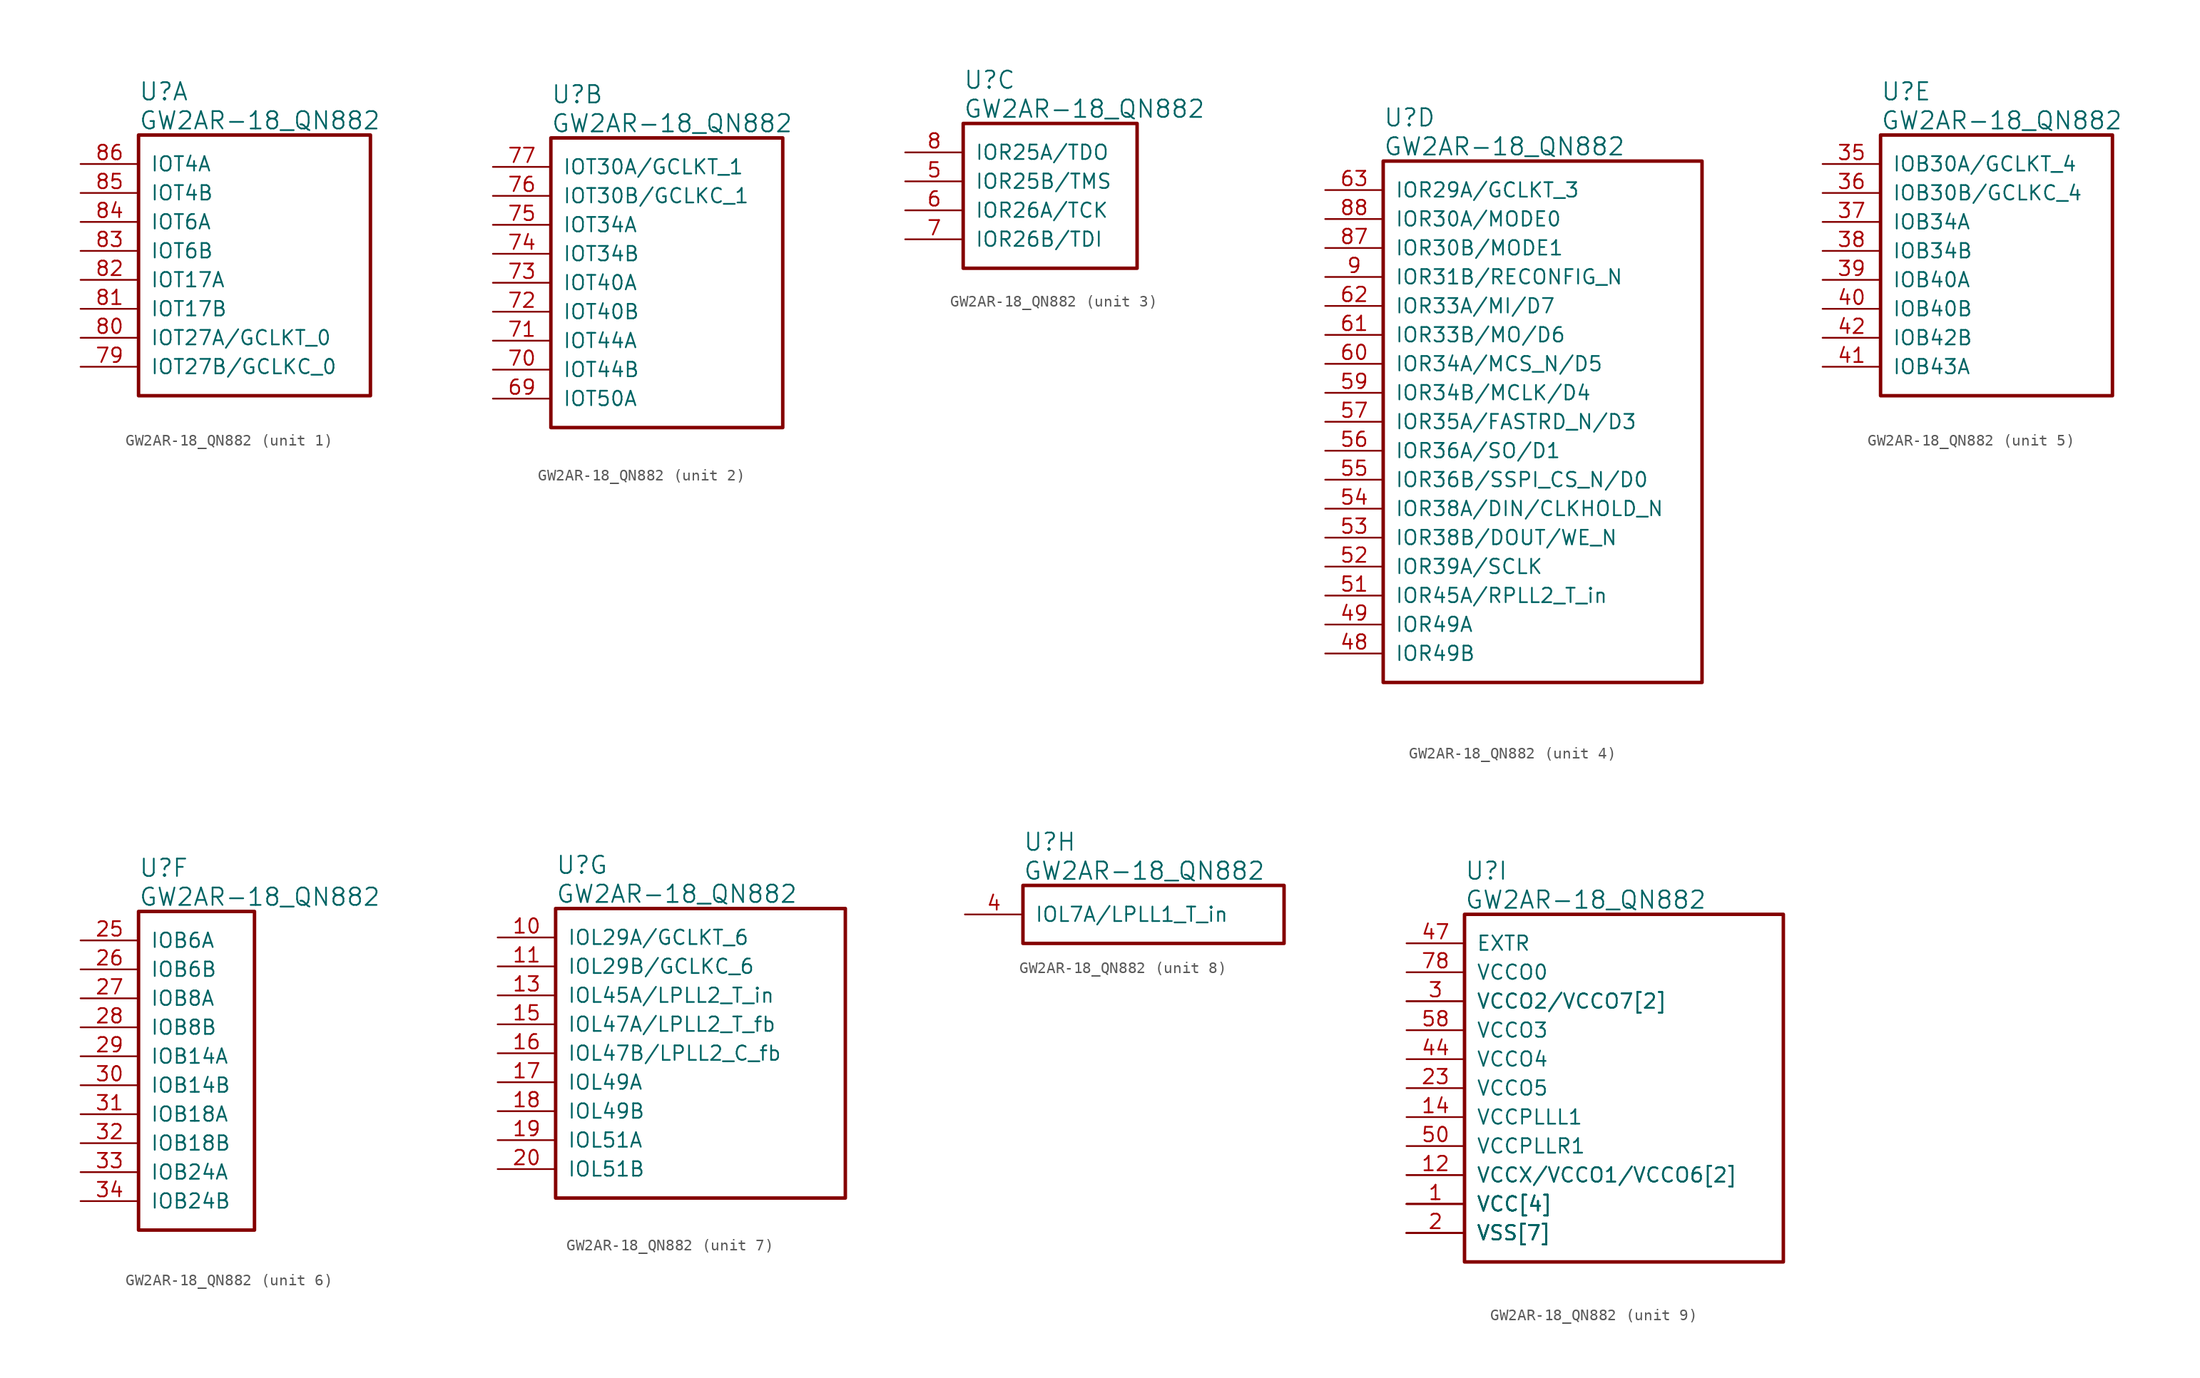
<source format=kicad_sym>
(kicad_symbol_lib
  (version 20241209)
  (generator "kicad_symbol_editor")
  (generator_version "9.0")
  (symbol "GW2AR-18_QN882"
    (pin_names
      (offset 1.016))
    (property "Reference" "U"
      (at 5.08 6.35 0)
      (effects (font (size 1.524 1.524)) (justify left)))
    (property "Value" "GW2AR-18_QN882"
      (at 5.08 3.81 0)
      (effects (font (size 1.524 1.524)) (justify left)))
    (property "ki_locked" ""
      (at 0 0 0)
      (effects (font (size 1.27 1.27))))
    (symbol "GW2AR-18_QN882_1_1"
      (rectangle (start 5.08 2.54) (end 25.4 -20.32) (stroke (width 0.305) (type solid)) (fill (type none)))
      (pin bidirectional line (at 0 0 0) (length 5.08) (name "IOT4A" (effects (font (size 1.27 1.27)))) (number "86" (effects (font (size 1.27 1.27)))))
      (pin bidirectional line (at 0 -2.54 0) (length 5.08) (name "IOT4B" (effects (font (size 1.27 1.27)))) (number "85" (effects (font (size 1.27 1.27)))))
      (pin bidirectional line (at 0 -5.08 0) (length 5.08) (name "IOT6A" (effects (font (size 1.27 1.27)))) (number "84" (effects (font (size 1.27 1.27)))))
      (pin bidirectional line (at 0 -7.62 0) (length 5.08) (name "IOT6B" (effects (font (size 1.27 1.27)))) (number "83" (effects (font (size 1.27 1.27)))))
      (pin bidirectional line (at 0 -10.16 0) (length 5.08) (name "IOT17A" (effects (font (size 1.27 1.27)))) (number "82" (effects (font (size 1.27 1.27)))))
      (pin bidirectional line (at 0 -12.7 0) (length 5.08) (name "IOT17B" (effects (font (size 1.27 1.27)))) (number "81" (effects (font (size 1.27 1.27)))))
      (pin bidirectional line (at 0 -15.24 0) (length 5.08) (name "IOT27A/GCLKT_0" (effects (font (size 1.27 1.27)))) (number "80" (effects (font (size 1.27 1.27)))))
      (pin bidirectional line (at 0 -17.78 0) (length 5.08) (name "IOT27B/GCLKC_0" (effects (font (size 1.27 1.27)))) (number "79" (effects (font (size 1.27 1.27))))))
    (symbol "GW2AR-18_QN882_2_1"
      (rectangle (start 5.08 2.54) (end 25.4 -22.86) (stroke (width 0.305) (type solid)) (fill (type none)))
      (pin bidirectional line (at 0 0 0) (length 5.08) (name "IOT30A/GCLKT_1" (effects (font (size 1.27 1.27)))) (number "77" (effects (font (size 1.27 1.27)))))
      (pin bidirectional line (at 0 -2.54 0) (length 5.08) (name "IOT30B/GCLKC_1" (effects (font (size 1.27 1.27)))) (number "76" (effects (font (size 1.27 1.27)))))
      (pin bidirectional line (at 0 -5.08 0) (length 5.08) (name "IOT34A" (effects (font (size 1.27 1.27)))) (number "75" (effects (font (size 1.27 1.27)))))
      (pin bidirectional line (at 0 -7.62 0) (length 5.08) (name "IOT34B" (effects (font (size 1.27 1.27)))) (number "74" (effects (font (size 1.27 1.27)))))
      (pin bidirectional line (at 0 -10.16 0) (length 5.08) (name "IOT40A" (effects (font (size 1.27 1.27)))) (number "73" (effects (font (size 1.27 1.27)))))
      (pin bidirectional line (at 0 -12.7 0) (length 5.08) (name "IOT40B" (effects (font (size 1.27 1.27)))) (number "72" (effects (font (size 1.27 1.27)))))
      (pin bidirectional line (at 0 -15.24 0) (length 5.08) (name "IOT44A" (effects (font (size 1.27 1.27)))) (number "71" (effects (font (size 1.27 1.27)))))
      (pin bidirectional line (at 0 -17.78 0) (length 5.08) (name "IOT44B" (effects (font (size 1.27 1.27)))) (number "70" (effects (font (size 1.27 1.27)))))
      (pin bidirectional line (at 0 -20.32 0) (length 5.08) (name "IOT50A" (effects (font (size 1.27 1.27)))) (number "69" (effects (font (size 1.27 1.27))))))
    (symbol "GW2AR-18_QN882_3_1"
      (rectangle (start 5.08 2.54) (end 20.32 -10.16) (stroke (width 0.305) (type solid)) (fill (type none)))
      (pin bidirectional line (at 0 0 0) (length 5.08) (name "IOR25A/TDO" (effects (font (size 1.27 1.27)))) (number "8" (effects (font (size 1.27 1.27)))))
      (pin bidirectional line (at 0 -2.54 0) (length 5.08) (name "IOR25B/TMS" (effects (font (size 1.27 1.27)))) (number "5" (effects (font (size 1.27 1.27)))))
      (pin bidirectional line (at 0 -5.08 0) (length 5.08) (name "IOR26A/TCK" (effects (font (size 1.27 1.27)))) (number "6" (effects (font (size 1.27 1.27)))))
      (pin bidirectional line (at 0 -7.62 0) (length 5.08) (name "IOR26B/TDI" (effects (font (size 1.27 1.27)))) (number "7" (effects (font (size 1.27 1.27))))))
    (symbol "GW2AR-18_QN882_4_1"
      (rectangle (start 5.08 2.54) (end 33.02 -43.18) (stroke (width 0.305) (type solid)) (fill (type none)))
      (pin bidirectional line (at 0 0 0) (length 5.08) (name "IOR29A/GCLKT_3" (effects (font (size 1.27 1.27)))) (number "63" (effects (font (size 1.27 1.27)))))
      (pin bidirectional line (at 0 -2.54 0) (length 5.08) (name "IOR30A/MODE0" (effects (font (size 1.27 1.27)))) (number "88" (effects (font (size 1.27 1.27)))))
      (pin bidirectional line (at 0 -5.08 0) (length 5.08) (name "IOR30B/MODE1" (effects (font (size 1.27 1.27)))) (number "87" (effects (font (size 1.27 1.27)))))
      (pin bidirectional line (at 0 -7.62 0) (length 5.08) (name "IOR31B/RECONFIG_N" (effects (font (size 1.27 1.27)))) (number "9" (effects (font (size 1.27 1.27)))))
      (pin bidirectional line (at 0 -10.16 0) (length 5.08) (name "IOR33A/MI/D7" (effects (font (size 1.27 1.27)))) (number "62" (effects (font (size 1.27 1.27)))))
      (pin bidirectional line (at 0 -12.7 0) (length 5.08) (name "IOR33B/MO/D6" (effects (font (size 1.27 1.27)))) (number "61" (effects (font (size 1.27 1.27)))))
      (pin bidirectional line (at 0 -15.24 0) (length 5.08) (name "IOR34A/MCS_N/D5" (effects (font (size 1.27 1.27)))) (number "60" (effects (font (size 1.27 1.27)))))
      (pin bidirectional line (at 0 -17.78 0) (length 5.08) (name "IOR34B/MCLK/D4" (effects (font (size 1.27 1.27)))) (number "59" (effects (font (size 1.27 1.27)))))
      (pin bidirectional line (at 0 -20.32 0) (length 5.08) (name "IOR35A/FASTRD_N/D3" (effects (font (size 1.27 1.27)))) (number "57" (effects (font (size 1.27 1.27)))))
      (pin bidirectional line (at 0 -22.86 0) (length 5.08) (name "IOR36A/SO/D1" (effects (font (size 1.27 1.27)))) (number "56" (effects (font (size 1.27 1.27)))))
      (pin bidirectional line (at 0 -25.4 0) (length 5.08) (name "IOR36B/SSPI_CS_N/D0" (effects (font (size 1.27 1.27)))) (number "55" (effects (font (size 1.27 1.27)))))
      (pin bidirectional line (at 0 -27.94 0) (length 5.08) (name "IOR38A/DIN/CLKHOLD_N" (effects (font (size 1.27 1.27)))) (number "54" (effects (font (size 1.27 1.27)))))
      (pin bidirectional line (at 0 -30.48 0) (length 5.08) (name "IOR38B/DOUT/WE_N" (effects (font (size 1.27 1.27)))) (number "53" (effects (font (size 1.27 1.27)))))
      (pin bidirectional line (at 0 -33.02 0) (length 5.08) (name "IOR39A/SCLK" (effects (font (size 1.27 1.27)))) (number "52" (effects (font (size 1.27 1.27)))))
      (pin bidirectional line (at 0 -35.56 0) (length 5.08) (name "IOR45A/RPLL2_T_in" (effects (font (size 1.27 1.27)))) (number "51" (effects (font (size 1.27 1.27)))))
      (pin bidirectional line (at 0 -38.1 0) (length 5.08) (name "IOR49A" (effects (font (size 1.27 1.27)))) (number "49" (effects (font (size 1.27 1.27)))))
      (pin bidirectional line (at 0 -40.64 0) (length 5.08) (name "IOR49B" (effects (font (size 1.27 1.27)))) (number "48" (effects (font (size 1.27 1.27))))))
    (symbol "GW2AR-18_QN882_5_1"
      (rectangle (start 5.08 2.54) (end 25.4 -20.32) (stroke (width 0.305) (type solid)) (fill (type none)))
      (pin bidirectional line (at 0 0 0) (length 5.08) (name "IOB30A/GCLKT_4" (effects (font (size 1.27 1.27)))) (number "35" (effects (font (size 1.27 1.27)))))
      (pin bidirectional line (at 0 -2.54 0) (length 5.08) (name "IOB30B/GCLKC_4" (effects (font (size 1.27 1.27)))) (number "36" (effects (font (size 1.27 1.27)))))
      (pin bidirectional line (at 0 -5.08 0) (length 5.08) (name "IOB34A" (effects (font (size 1.27 1.27)))) (number "37" (effects (font (size 1.27 1.27)))))
      (pin bidirectional line (at 0 -7.62 0) (length 5.08) (name "IOB34B" (effects (font (size 1.27 1.27)))) (number "38" (effects (font (size 1.27 1.27)))))
      (pin bidirectional line (at 0 -10.16 0) (length 5.08) (name "IOB40A" (effects (font (size 1.27 1.27)))) (number "39" (effects (font (size 1.27 1.27)))))
      (pin bidirectional line (at 0 -12.7 0) (length 5.08) (name "IOB40B" (effects (font (size 1.27 1.27)))) (number "40" (effects (font (size 1.27 1.27)))))
      (pin bidirectional line (at 0 -15.24 0) (length 5.08) (name "IOB42B" (effects (font (size 1.27 1.27)))) (number "42" (effects (font (size 1.27 1.27)))))
      (pin bidirectional line (at 0 -17.78 0) (length 5.08) (name "IOB43A" (effects (font (size 1.27 1.27)))) (number "41" (effects (font (size 1.27 1.27))))))
    (symbol "GW2AR-18_QN882_6_1"
      (rectangle (start 5.08 2.54) (end 15.24 -25.4) (stroke (width 0.305) (type solid)) (fill (type none)))
      (pin bidirectional line (at 0 0 0) (length 5.08) (name "IOB6A" (effects (font (size 1.27 1.27)))) (number "25" (effects (font (size 1.27 1.27)))))
      (pin bidirectional line (at 0 -2.54 0) (length 5.08) (name "IOB6B" (effects (font (size 1.27 1.27)))) (number "26" (effects (font (size 1.27 1.27)))))
      (pin bidirectional line (at 0 -5.08 0) (length 5.08) (name "IOB8A" (effects (font (size 1.27 1.27)))) (number "27" (effects (font (size 1.27 1.27)))))
      (pin bidirectional line (at 0 -7.62 0) (length 5.08) (name "IOB8B" (effects (font (size 1.27 1.27)))) (number "28" (effects (font (size 1.27 1.27)))))
      (pin bidirectional line (at 0 -10.16 0) (length 5.08) (name "IOB14A" (effects (font (size 1.27 1.27)))) (number "29" (effects (font (size 1.27 1.27)))))
      (pin bidirectional line (at 0 -12.7 0) (length 5.08) (name "IOB14B" (effects (font (size 1.27 1.27)))) (number "30" (effects (font (size 1.27 1.27)))))
      (pin bidirectional line (at 0 -15.24 0) (length 5.08) (name "IOB18A" (effects (font (size 1.27 1.27)))) (number "31" (effects (font (size 1.27 1.27)))))
      (pin bidirectional line (at 0 -17.78 0) (length 5.08) (name "IOB18B" (effects (font (size 1.27 1.27)))) (number "32" (effects (font (size 1.27 1.27)))))
      (pin bidirectional line (at 0 -20.32 0) (length 5.08) (name "IOB24A" (effects (font (size 1.27 1.27)))) (number "33" (effects (font (size 1.27 1.27)))))
      (pin bidirectional line (at 0 -22.86 0) (length 5.08) (name "IOB24B" (effects (font (size 1.27 1.27)))) (number "34" (effects (font (size 1.27 1.27))))))
    (symbol "GW2AR-18_QN882_7_1"
      (rectangle (start 5.08 2.54) (end 30.48 -22.86) (stroke (width 0.305) (type solid)) (fill (type none)))
      (pin bidirectional line (at 0 0 0) (length 5.08) (name "IOL29A/GCLKT_6" (effects (font (size 1.27 1.27)))) (number "10" (effects (font (size 1.27 1.27)))))
      (pin bidirectional line (at 0 -2.54 0) (length 5.08) (name "IOL29B/GCLKC_6" (effects (font (size 1.27 1.27)))) (number "11" (effects (font (size 1.27 1.27)))))
      (pin bidirectional line (at 0 -5.08 0) (length 5.08) (name "IOL45A/LPLL2_T_in" (effects (font (size 1.27 1.27)))) (number "13" (effects (font (size 1.27 1.27)))))
      (pin bidirectional line (at 0 -7.62 0) (length 5.08) (name "IOL47A/LPLL2_T_fb" (effects (font (size 1.27 1.27)))) (number "15" (effects (font (size 1.27 1.27)))))
      (pin bidirectional line (at 0 -10.16 0) (length 5.08) (name "IOL47B/LPLL2_C_fb" (effects (font (size 1.27 1.27)))) (number "16" (effects (font (size 1.27 1.27)))))
      (pin bidirectional line (at 0 -12.7 0) (length 5.08) (name "IOL49A" (effects (font (size 1.27 1.27)))) (number "17" (effects (font (size 1.27 1.27)))))
      (pin bidirectional line (at 0 -15.24 0) (length 5.08) (name "IOL49B" (effects (font (size 1.27 1.27)))) (number "18" (effects (font (size 1.27 1.27)))))
      (pin bidirectional line (at 0 -17.78 0) (length 5.08) (name "IOL51A" (effects (font (size 1.27 1.27)))) (number "19" (effects (font (size 1.27 1.27)))))
      (pin bidirectional line (at 0 -20.32 0) (length 5.08) (name "IOL51B" (effects (font (size 1.27 1.27)))) (number "20" (effects (font (size 1.27 1.27))))))
    (symbol "GW2AR-18_QN882_8_1"
      (rectangle (start 5.08 2.54) (end 27.94 -2.54) (stroke (width 0.305) (type solid)) (fill (type none)))
      (pin bidirectional line (at 0 0 0) (length 5.08) (name "IOL7A/LPLL1_T_in" (effects (font (size 1.27 1.27)))) (number "4" (effects (font (size 1.27 1.27))))))
    (symbol "GW2AR-18_QN882_9_1"
      (rectangle (start 5.08 2.54) (end 33.02 -27.94) (stroke (width 0.305) (type solid)) (fill (type none)))
      (pin power_in line (at 0 0 0) (length 5.08) (name "EXTR" (effects (font (size 1.27 1.27)))) (number "47" (effects (font (size 1.27 1.27)))))
      (pin power_in line (at 0 -2.54 0) (length 5.08) (name "VCCO0" (effects (font (size 1.27 1.27)))) (number "78" (effects (font (size 1.27 1.27)))))
      (pin power_in line (at 0 -5.08 0) (length 5.08) (name "VCCO2/VCCO7[2]" (effects (font (size 1.27 1.27)))) (number "3" (effects (font (size 1.27 1.27)))))
      (pin power_in line (at 0 -5.08 0) (length 5.08) (name "VCCO2/VCCO7[2]" (effects (font (size 1.27 1.27)))) (number "64" (effects (font (size 0 0)))))
      (pin power_in line (at 0 -7.62 0) (length 5.08) (name "VCCO3" (effects (font (size 1.27 1.27)))) (number "58" (effects (font (size 1.27 1.27)))))
      (pin power_in line (at 0 -10.16 0) (length 5.08) (name "VCCO4" (effects (font (size 1.27 1.27)))) (number "44" (effects (font (size 1.27 1.27)))))
      (pin power_in line (at 0 -12.7 0) (length 5.08) (name "VCCO5" (effects (font (size 1.27 1.27)))) (number "23" (effects (font (size 1.27 1.27)))))
      (pin power_in line (at 0 -15.24 0) (length 5.08) (name "VCCPLLL1" (effects (font (size 1.27 1.27)))) (number "14" (effects (font (size 1.27 1.27)))))
      (pin power_in line (at 0 -17.78 0) (length 5.08) (name "VCCPLLR1" (effects (font (size 1.27 1.27)))) (number "50" (effects (font (size 1.27 1.27)))))
      (pin power_in line (at 0 -20.32 0) (length 5.08) (name "VCCX/VCCO1/VCCO6[2]" (effects (font (size 1.27 1.27)))) (number "12" (effects (font (size 1.27 1.27)))))
      (pin power_in line (at 0 -20.32 0) (length 5.08) (name "VCCX/VCCO1/VCCO6[2]" (effects (font (size 1.27 1.27)))) (number "67" (effects (font (size 0 0)))))
      (pin power_in line (at 0 -22.86 0) (length 5.08) (name "VCC[4]" (effects (font (size 1.27 1.27)))) (number "1" (effects (font (size 1.27 1.27)))))
      (pin power_in line (at 0 -22.86 0) (length 5.08) (name "VCC[4]" (effects (font (size 1.27 1.27)))) (number "22" (effects (font (size 0 0)))))
      (pin power_in line (at 0 -22.86 0) (length 5.08) (name "VCC[4]" (effects (font (size 1.27 1.27)))) (number "45" (effects (font (size 0 0)))))
      (pin power_in line (at 0 -22.86 0) (length 5.08) (name "VCC[4]" (effects (font (size 1.27 1.27)))) (number "66" (effects (font (size 0 0)))))
      (pin power_in line (at 0 -25.4 0) (length 5.08) (name "VSS[7]" (effects (font (size 1.27 1.27)))) (number "2" (effects (font (size 1.27 1.27)))))
      (pin power_in line (at 0 -25.4 0) (length 5.08) (name "VSS[7]" (effects (font (size 1.27 1.27)))) (number "21" (effects (font (size 0 0)))))
      (pin power_in line (at 0 -25.4 0) (length 5.08) (name "VSS[7]" (effects (font (size 1.27 1.27)))) (number "24" (effects (font (size 0 0)))))
      (pin power_in line (at 0 -25.4 0) (length 5.08) (name "VSS[7]" (effects (font (size 1.27 1.27)))) (number "43" (effects (font (size 0 0)))))
      (pin power_in line (at 0 -25.4 0) (length 5.08) (name "VSS[7]" (effects (font (size 1.27 1.27)))) (number "46" (effects (font (size 0 0)))))
      (pin power_in line (at 0 -25.4 0) (length 5.08) (name "VSS[7]" (effects (font (size 1.27 1.27)))) (number "65" (effects (font (size 0 0)))))
      (pin power_in line (at 0 -25.4 0) (length 5.08) (name "VSS[7]" (effects (font (size 1.27 1.27)))) (number "68" (effects (font (size 0 0))))))))
</source>
